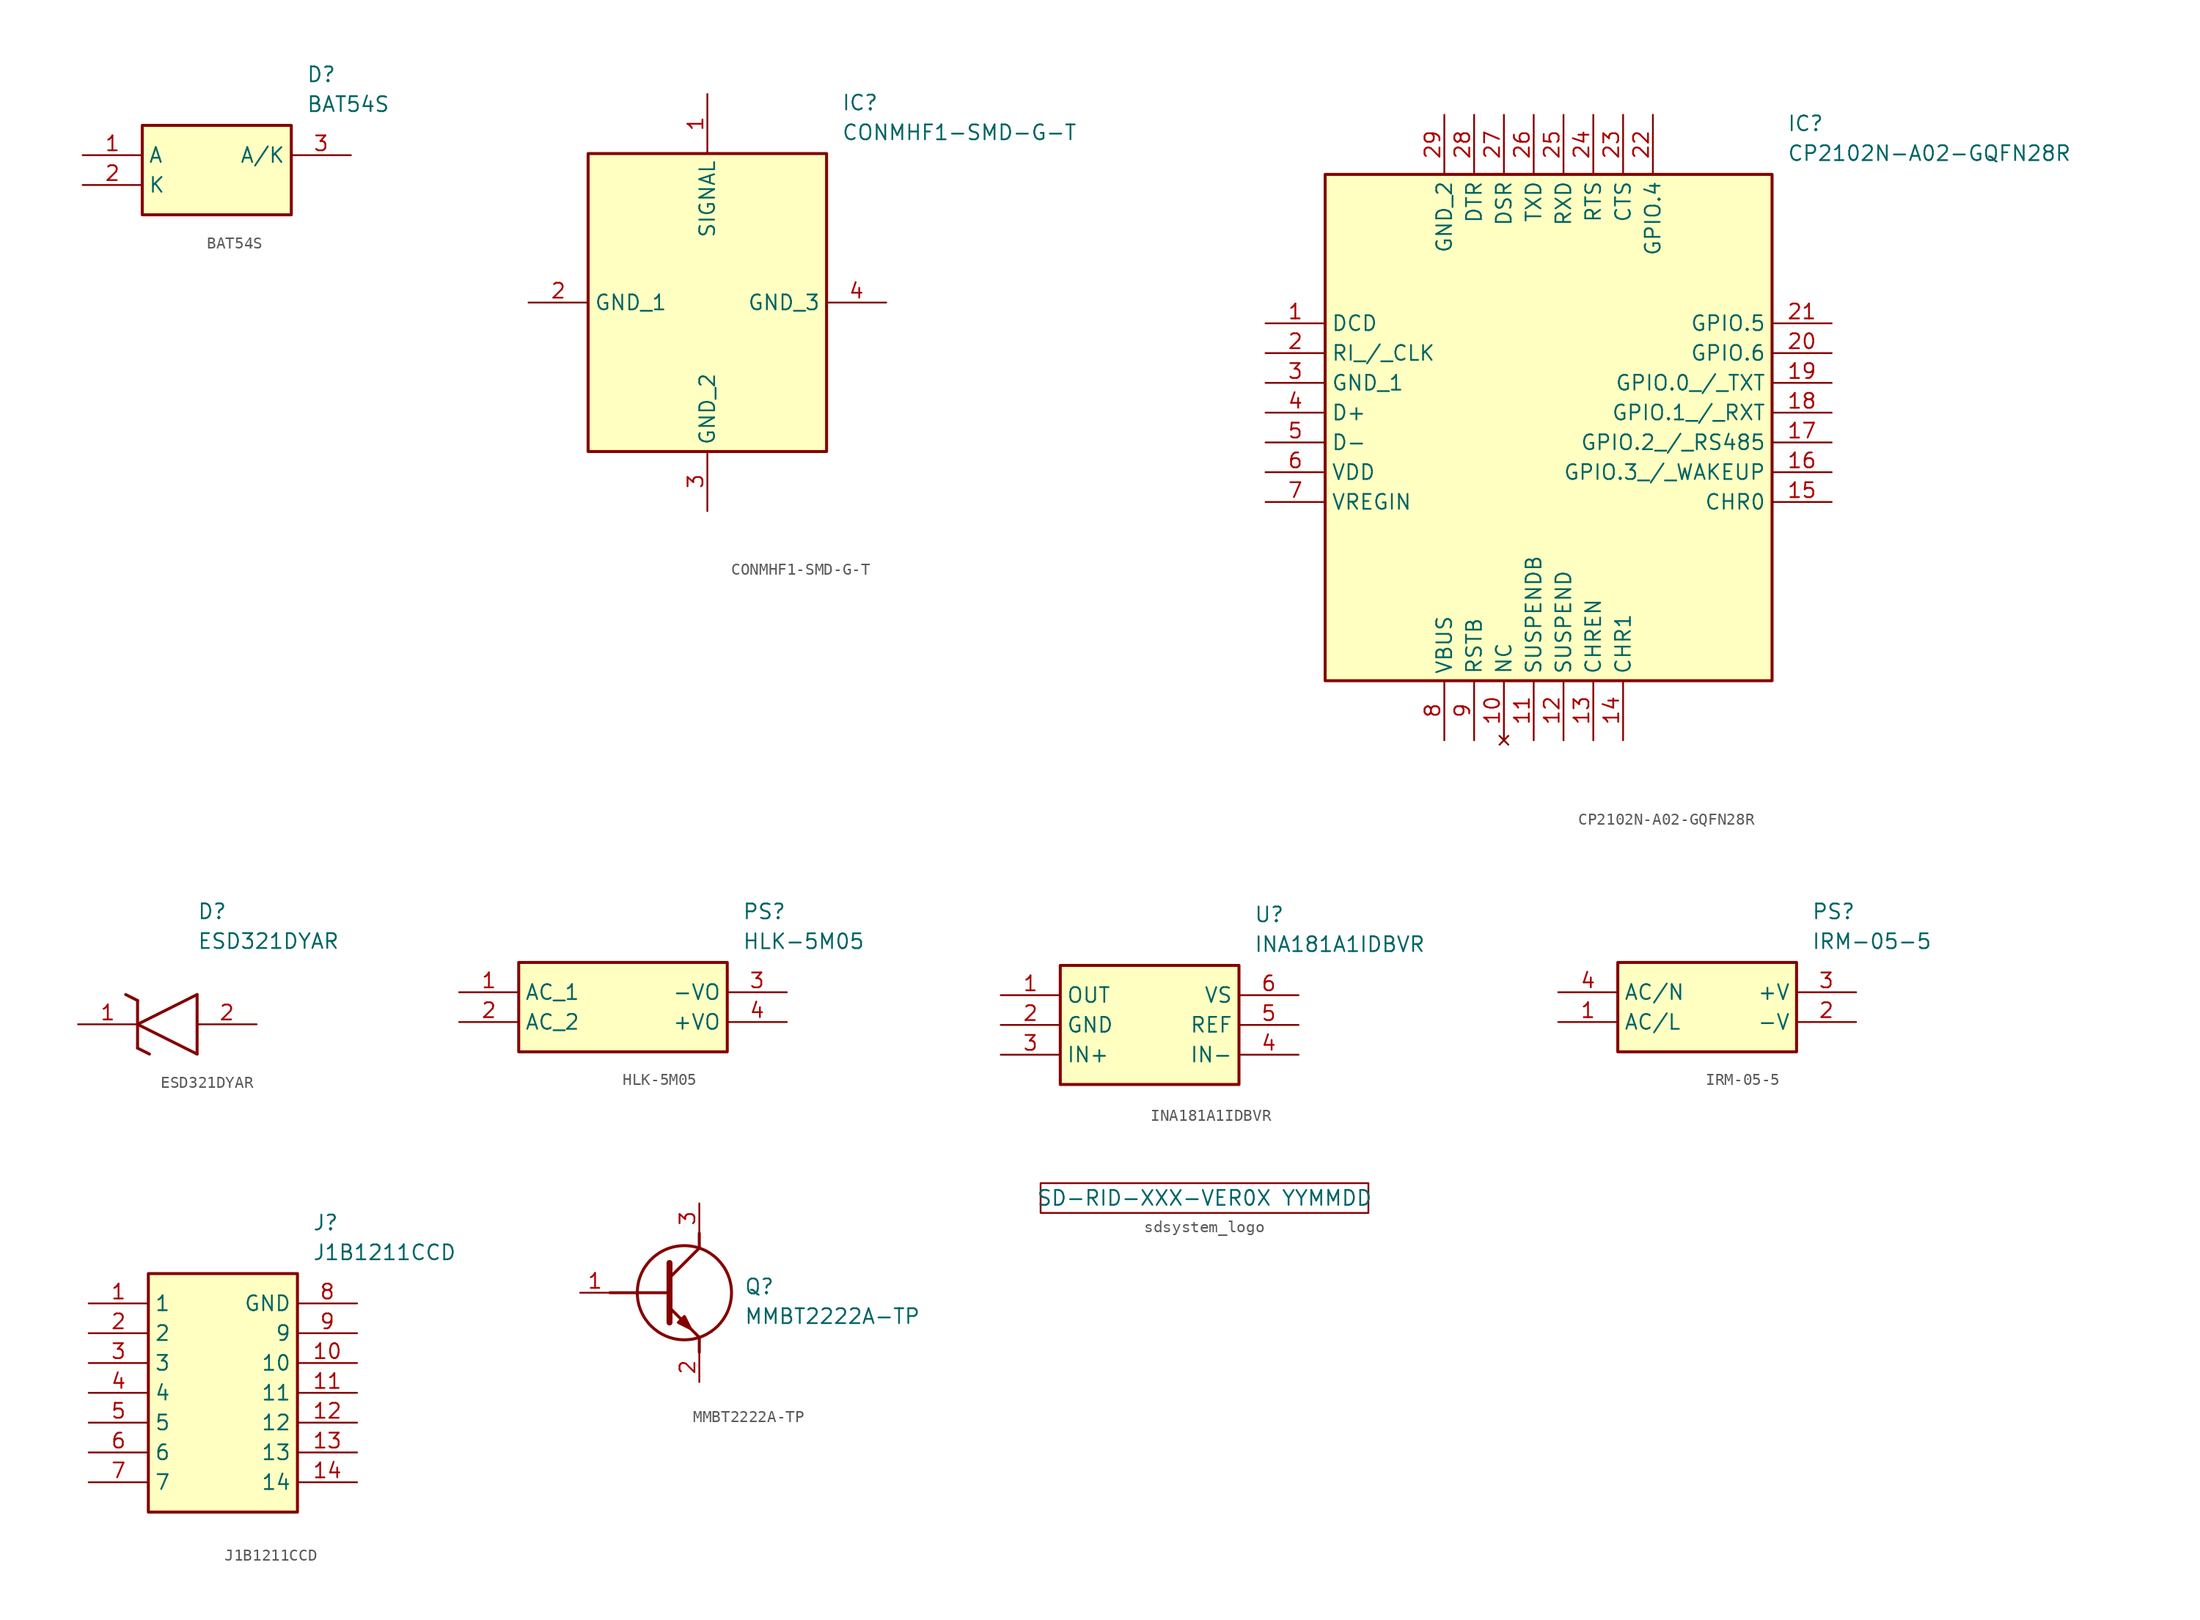
<source format=kicad_sym>
(kicad_symbol_lib
  (version 20241209)
  (generator "kicad_symbol_editor")
  (generator_version "9.0")
  (symbol "BAT54S"
    (property "Reference" "D"
      (at 19.05 7.62 0)
      (effects (font (size 1.27 1.27)) (justify left top)))
    (property "Value" "BAT54S"
      (at 19.05 5.08 0)
      (effects (font (size 1.27 1.27)) (justify left top)))
    (symbol "BAT54S_1_1"
      (rectangle (start 5.08 2.54) (end 17.78 -5.08) (stroke (width 0.254) (type default)) (fill (type background)))
      (pin passive line (at 0 0 0) (length 5.08) (name "A" (effects (font (size 1.27 1.27)))) (number "1" (effects (font (size 1.27 1.27)))))
      (pin passive line (at 0 -2.54 0) (length 5.08) (name "K" (effects (font (size 1.27 1.27)))) (number "2" (effects (font (size 1.27 1.27)))))
      (pin passive line (at 22.86 0 180) (length 5.08) (name "A/K" (effects (font (size 1.27 1.27)))) (number "3" (effects (font (size 1.27 1.27)))))))
  (symbol "CONMHF1-SMD-G-T"
    (property "Reference" "IC"
      (at 26.67 17.78 0)
      (effects (font (size 1.27 1.27)) (justify left top)))
    (property "Value" "CONMHF1-SMD-G-T"
      (at 26.67 15.24 0)
      (effects (font (size 1.27 1.27)) (justify left top)))
    (symbol "CONMHF1-SMD-G-T_1_1"
      (rectangle (start 5.08 12.7) (end 25.4 -12.7) (stroke (width 0.254) (type default)) (fill (type background)))
      (pin passive line (at 0 0 0) (length 5.08) (name "GND_1" (effects (font (size 1.27 1.27)))) (number "2" (effects (font (size 1.27 1.27)))))
      (pin passive line (at 15.24 17.78 270) (length 5.08) (name "SIGNAL" (effects (font (size 1.27 1.27)))) (number "1" (effects (font (size 1.27 1.27)))))
      (pin passive line (at 15.24 -17.78 90) (length 5.08) (name "GND_2" (effects (font (size 1.27 1.27)))) (number "3" (effects (font (size 1.27 1.27)))))
      (pin passive line (at 30.48 0 180) (length 5.08) (name "GND_3" (effects (font (size 1.27 1.27)))) (number "4" (effects (font (size 1.27 1.27)))))))
  (symbol "CP2102N-A02-GQFN28R"
    (property "Reference" "IC"
      (at 44.45 17.78 0)
      (effects (font (size 1.27 1.27)) (justify left top)))
    (property "Value" "CP2102N-A02-GQFN28R"
      (at 44.45 15.24 0)
      (effects (font (size 1.27 1.27)) (justify left top)))
    (symbol "CP2102N-A02-GQFN28R_1_1"
      (rectangle (start 5.08 12.7) (end 43.18 -30.48) (stroke (width 0.254) (type default)) (fill (type background)))
      (pin passive line (at 0 0 0) (length 5.08) (name "DCD" (effects (font (size 1.27 1.27)))) (number "1" (effects (font (size 1.27 1.27)))))
      (pin passive line (at 0 -2.54 0) (length 5.08) (name "RI_/_CLK" (effects (font (size 1.27 1.27)))) (number "2" (effects (font (size 1.27 1.27)))))
      (pin passive line (at 0 -5.08 0) (length 5.08) (name "GND_1" (effects (font (size 1.27 1.27)))) (number "3" (effects (font (size 1.27 1.27)))))
      (pin passive line (at 0 -7.62 0) (length 5.08) (name "D+" (effects (font (size 1.27 1.27)))) (number "4" (effects (font (size 1.27 1.27)))))
      (pin passive line (at 0 -10.16 0) (length 5.08) (name "D-" (effects (font (size 1.27 1.27)))) (number "5" (effects (font (size 1.27 1.27)))))
      (pin passive line (at 0 -12.7 0) (length 5.08) (name "VDD" (effects (font (size 1.27 1.27)))) (number "6" (effects (font (size 1.27 1.27)))))
      (pin passive line (at 0 -15.24 0) (length 5.08) (name "VREGIN" (effects (font (size 1.27 1.27)))) (number "7" (effects (font (size 1.27 1.27)))))
      (pin passive line (at 15.24 17.78 270) (length 5.08) (name "GND_2" (effects (font (size 1.27 1.27)))) (number "29" (effects (font (size 1.27 1.27)))))
      (pin passive line (at 15.24 -35.56 90) (length 5.08) (name "VBUS" (effects (font (size 1.27 1.27)))) (number "8" (effects (font (size 1.27 1.27)))))
      (pin passive line (at 17.78 17.78 270) (length 5.08) (name "DTR" (effects (font (size 1.27 1.27)))) (number "28" (effects (font (size 1.27 1.27)))))
      (pin passive line (at 17.78 -35.56 90) (length 5.08) (name "RSTB" (effects (font (size 1.27 1.27)))) (number "9" (effects (font (size 1.27 1.27)))))
      (pin passive line (at 20.32 17.78 270) (length 5.08) (name "DSR" (effects (font (size 1.27 1.27)))) (number "27" (effects (font (size 1.27 1.27)))))
      (pin no_connect line (at 20.32 -35.56 90) (length 5.08) (name "NC" (effects (font (size 1.27 1.27)))) (number "10" (effects (font (size 1.27 1.27)))))
      (pin passive line (at 22.86 17.78 270) (length 5.08) (name "TXD" (effects (font (size 1.27 1.27)))) (number "26" (effects (font (size 1.27 1.27)))))
      (pin passive line (at 22.86 -35.56 90) (length 5.08) (name "SUSPENDB" (effects (font (size 1.27 1.27)))) (number "11" (effects (font (size 1.27 1.27)))))
      (pin passive line (at 25.4 17.78 270) (length 5.08) (name "RXD" (effects (font (size 1.27 1.27)))) (number "25" (effects (font (size 1.27 1.27)))))
      (pin passive line (at 25.4 -35.56 90) (length 5.08) (name "SUSPEND" (effects (font (size 1.27 1.27)))) (number "12" (effects (font (size 1.27 1.27)))))
      (pin passive line (at 27.94 17.78 270) (length 5.08) (name "RTS" (effects (font (size 1.27 1.27)))) (number "24" (effects (font (size 1.27 1.27)))))
      (pin passive line (at 27.94 -35.56 90) (length 5.08) (name "CHREN" (effects (font (size 1.27 1.27)))) (number "13" (effects (font (size 1.27 1.27)))))
      (pin passive line (at 30.48 17.78 270) (length 5.08) (name "CTS" (effects (font (size 1.27 1.27)))) (number "23" (effects (font (size 1.27 1.27)))))
      (pin passive line (at 30.48 -35.56 90) (length 5.08) (name "CHR1" (effects (font (size 1.27 1.27)))) (number "14" (effects (font (size 1.27 1.27)))))
      (pin passive line (at 33.02 17.78 270) (length 5.08) (name "GPIO.4" (effects (font (size 1.27 1.27)))) (number "22" (effects (font (size 1.27 1.27)))))
      (pin passive line (at 48.26 0 180) (length 5.08) (name "GPIO.5" (effects (font (size 1.27 1.27)))) (number "21" (effects (font (size 1.27 1.27)))))
      (pin passive line (at 48.26 -2.54 180) (length 5.08) (name "GPIO.6" (effects (font (size 1.27 1.27)))) (number "20" (effects (font (size 1.27 1.27)))))
      (pin passive line (at 48.26 -5.08 180) (length 5.08) (name "GPIO.0_/_TXT" (effects (font (size 1.27 1.27)))) (number "19" (effects (font (size 1.27 1.27)))))
      (pin passive line (at 48.26 -7.62 180) (length 5.08) (name "GPIO.1_/_RXT" (effects (font (size 1.27 1.27)))) (number "18" (effects (font (size 1.27 1.27)))))
      (pin passive line (at 48.26 -10.16 180) (length 5.08) (name "GPIO.2_/_RS485" (effects (font (size 1.27 1.27)))) (number "17" (effects (font (size 1.27 1.27)))))
      (pin passive line (at 48.26 -12.7 180) (length 5.08) (name "GPIO.3_/_WAKEUP" (effects (font (size 1.27 1.27)))) (number "16" (effects (font (size 1.27 1.27)))))
      (pin passive line (at 48.26 -15.24 180) (length 5.08) (name "CHR0" (effects (font (size 1.27 1.27)))) (number "15" (effects (font (size 1.27 1.27)))))))
  (symbol "ESD321DYAR"
    (pin_names
      (hide yes))
    (property "Reference" "D"
      (at 10.16 8.89 0)
      (effects (font (size 1.27 1.27)) (justify left bottom)))
    (property "Value" "ESD321DYAR"
      (at 10.16 6.35 0)
      (effects (font (size 1.27 1.27)) (justify left bottom)))
    (symbol "ESD321DYAR_1_1"
      (polyline (pts (xy 4.064 2.54) (xy 5.08 2.032)) (stroke (width 0.254) (type default)) (fill (type none)))
      (polyline (pts (xy 5.08 0) (xy 10.16 2.54)) (stroke (width 0.254) (type default)) (fill (type none)))
      (polyline (pts (xy 5.08 -2.032) (xy 5.08 2.032)) (stroke (width 0.254) (type default)) (fill (type none)))
      (polyline (pts (xy 5.08 -2.032) (xy 6.096 -2.54)) (stroke (width 0.254) (type default)) (fill (type none)))
      (polyline (pts (xy 10.16 -2.54) (xy 5.08 0)) (stroke (width 0.254) (type default)) (fill (type none)))
      (polyline (pts (xy 10.16 -2.54) (xy 10.16 2.54)) (stroke (width 0.254) (type default)) (fill (type none)))
      (pin passive line (at 0 0 0) (length 5.08) (name "K" (effects (font (size 1.27 1.27)))) (number "1" (effects (font (size 1.27 1.27)))))
      (pin passive line (at 15.24 0 180) (length 5.08) (name "A" (effects (font (size 1.27 1.27)))) (number "2" (effects (font (size 1.27 1.27)))))))
  (symbol "HLK-5M05"
    (property "Reference" "PS"
      (at 24.13 7.62 0)
      (effects (font (size 1.27 1.27)) (justify left top)))
    (property "Value" "HLK-5M05"
      (at 24.13 5.08 0)
      (effects (font (size 1.27 1.27)) (justify left top)))
    (symbol "HLK-5M05_1_1"
      (rectangle (start 5.08 2.54) (end 22.86 -5.08) (stroke (width 0.254) (type default)) (fill (type background)))
      (pin passive line (at 0 0 0) (length 5.08) (name "AC_1" (effects (font (size 1.27 1.27)))) (number "1" (effects (font (size 1.27 1.27)))))
      (pin passive line (at 0 -2.54 0) (length 5.08) (name "AC_2" (effects (font (size 1.27 1.27)))) (number "2" (effects (font (size 1.27 1.27)))))
      (pin passive line (at 27.94 0 180) (length 5.08) (name "-VO" (effects (font (size 1.27 1.27)))) (number "3" (effects (font (size 1.27 1.27)))))
      (pin passive line (at 27.94 -2.54 180) (length 5.08) (name "+VO" (effects (font (size 1.27 1.27)))) (number "4" (effects (font (size 1.27 1.27)))))))
  (symbol "INA181A1IDBVR"
    (property "Reference" "U"
      (at 21.59 7.62 0)
      (effects (font (size 1.27 1.27)) (justify left top)))
    (property "Value" "INA181A1IDBVR"
      (at 21.59 5.08 0)
      (effects (font (size 1.27 1.27)) (justify left top)))
    (symbol "INA181A1IDBVR_1_1"
      (rectangle (start 5.08 2.54) (end 20.32 -7.62) (stroke (width 0.254) (type default)) (fill (type background)))
      (pin output line (at 0 0 0) (length 5.08) (name "OUT" (effects (font (size 1.27 1.27)))) (number "1" (effects (font (size 1.27 1.27)))))
      (pin power_in line (at 0 -2.54 0) (length 5.08) (name "GND" (effects (font (size 1.27 1.27)))) (number "2" (effects (font (size 1.27 1.27)))))
      (pin input line (at 0 -5.08 0) (length 5.08) (name "IN+" (effects (font (size 1.27 1.27)))) (number "3" (effects (font (size 1.27 1.27)))))
      (pin power_in line (at 25.4 0 180) (length 5.08) (name "VS" (effects (font (size 1.27 1.27)))) (number "6" (effects (font (size 1.27 1.27)))))
      (pin input line (at 25.4 -2.54 180) (length 5.08) (name "REF" (effects (font (size 1.27 1.27)))) (number "5" (effects (font (size 1.27 1.27)))))
      (pin input line (at 25.4 -5.08 180) (length 5.08) (name "IN-" (effects (font (size 1.27 1.27)))) (number "4" (effects (font (size 1.27 1.27)))))))
  (symbol "IRM-05-5"
    (property "Reference" "PS"
      (at 21.59 7.62 0)
      (effects (font (size 1.27 1.27)) (justify left top)))
    (property "Value" "IRM-05-5"
      (at 21.59 5.08 0)
      (effects (font (size 1.27 1.27)) (justify left top)))
    (symbol "IRM-05-5_1_1"
      (rectangle (start 5.08 2.54) (end 20.32 -5.08) (stroke (width 0.254) (type default)) (fill (type background)))
      (pin passive line (at 0 0 0) (length 5.08) (name "AC/N" (effects (font (size 1.27 1.27)))) (number "4" (effects (font (size 1.27 1.27)))))
      (pin passive line (at 0 -2.54 0) (length 5.08) (name "AC/L" (effects (font (size 1.27 1.27)))) (number "1" (effects (font (size 1.27 1.27)))))
      (pin passive line (at 25.4 0 180) (length 5.08) (name "+V" (effects (font (size 1.27 1.27)))) (number "3" (effects (font (size 1.27 1.27)))))
      (pin passive line (at 25.4 -2.54 180) (length 5.08) (name "-V" (effects (font (size 1.27 1.27)))) (number "2" (effects (font (size 1.27 1.27)))))))
  (symbol "J1B1211CCD"
    (property "Reference" "J"
      (at 19.05 7.62 0)
      (effects (font (size 1.27 1.27)) (justify left top)))
    (property "Value" "J1B1211CCD"
      (at 19.05 5.08 0)
      (effects (font (size 1.27 1.27)) (justify left top)))
    (symbol "J1B1211CCD_1_1"
      (rectangle (start 5.08 2.54) (end 17.78 -17.78) (stroke (width 0.254) (type default)) (fill (type background)))
      (pin passive line (at 0 0 0) (length 5.08) (name "1" (effects (font (size 1.27 1.27)))) (number "1" (effects (font (size 1.27 1.27)))))
      (pin passive line (at 0 -2.54 0) (length 5.08) (name "2" (effects (font (size 1.27 1.27)))) (number "2" (effects (font (size 1.27 1.27)))))
      (pin passive line (at 0 -5.08 0) (length 5.08) (name "3" (effects (font (size 1.27 1.27)))) (number "3" (effects (font (size 1.27 1.27)))))
      (pin passive line (at 0 -7.62 0) (length 5.08) (name "4" (effects (font (size 1.27 1.27)))) (number "4" (effects (font (size 1.27 1.27)))))
      (pin passive line (at 0 -10.16 0) (length 5.08) (name "5" (effects (font (size 1.27 1.27)))) (number "5" (effects (font (size 1.27 1.27)))))
      (pin passive line (at 0 -12.7 0) (length 5.08) (name "6" (effects (font (size 1.27 1.27)))) (number "6" (effects (font (size 1.27 1.27)))))
      (pin passive line (at 0 -15.24 0) (length 5.08) (name "7" (effects (font (size 1.27 1.27)))) (number "7" (effects (font (size 1.27 1.27)))))
      (pin passive line (at 22.86 0 180) (length 5.08) (name "GND" (effects (font (size 1.27 1.27)))) (number "8" (effects (font (size 1.27 1.27)))))
      (pin passive line (at 22.86 -2.54 180) (length 5.08) (name "9" (effects (font (size 1.27 1.27)))) (number "9" (effects (font (size 1.27 1.27)))))
      (pin passive line (at 22.86 -5.08 180) (length 5.08) (name "10" (effects (font (size 1.27 1.27)))) (number "10" (effects (font (size 1.27 1.27)))))
      (pin passive line (at 22.86 -7.62 180) (length 5.08) (name "11" (effects (font (size 1.27 1.27)))) (number "11" (effects (font (size 1.27 1.27)))))
      (pin passive line (at 22.86 -10.16 180) (length 5.08) (name "12" (effects (font (size 1.27 1.27)))) (number "12" (effects (font (size 1.27 1.27)))))
      (pin passive line (at 22.86 -12.7 180) (length 5.08) (name "13" (effects (font (size 1.27 1.27)))) (number "13" (effects (font (size 1.27 1.27)))))
      (pin passive line (at 22.86 -15.24 180) (length 5.08) (name "14" (effects (font (size 1.27 1.27)))) (number "14" (effects (font (size 1.27 1.27)))))))
  (symbol "MMBT2222A-TP"
    (pin_names
      (hide yes))
    (property "Reference" "Q"
      (at 13.97 1.27 0)
      (effects (font (size 1.27 1.27)) (justify left top)))
    (property "Value" "MMBT2222A-TP"
      (at 13.97 -1.27 0)
      (effects (font (size 1.27 1.27)) (justify left top)))
    (symbol "MMBT2222A-TP_1_1"
      (polyline (pts (xy 2.54 0) (xy 7.62 0)) (stroke (width 0.254) (type default)) (fill (type none)))
      (polyline (pts (xy 7.62 2.54) (xy 7.62 -2.54)) (stroke (width 0.508) (type default)) (fill (type none)))
      (polyline (pts (xy 7.62 1.27) (xy 10.16 3.81)) (stroke (width 0.254) (type default)) (fill (type none)))
      (polyline (pts (xy 7.62 -1.27) (xy 10.16 -3.81)) (stroke (width 0.254) (type default)) (fill (type none)))
      (polyline (pts (xy 8.382 -2.54) (xy 8.89 -2.032) (xy 9.398 -3.048) (xy 8.382 -2.54)) (stroke (width 0.254) (type default)) (fill (type outline)))
      (circle (center 8.89 0) (radius 4.016) (stroke (width 0.254) (type default)) (fill (type none)))
      (polyline (pts (xy 10.16 3.81) (xy 10.16 5.08)) (stroke (width 0.254) (type default)) (fill (type none)))
      (polyline (pts (xy 10.16 -3.81) (xy 10.16 -5.08)) (stroke (width 0.254) (type default)) (fill (type none)))
      (pin passive line (at 0 0 0) (length 2.54) (name "B" (effects (font (size 1.27 1.27)))) (number "1" (effects (font (size 1.27 1.27)))))
      (pin passive line (at 10.16 7.62 270) (length 2.54) (name "C" (effects (font (size 1.27 1.27)))) (number "3" (effects (font (size 1.27 1.27)))))
      (pin passive line (at 10.16 -7.62 90) (length 2.54) (name "E" (effects (font (size 1.27 1.27)))) (number "2" (effects (font (size 1.27 1.27)))))))
  (symbol "sdsystem_logo"
    (pin_numbers
      (hide yes))
    (pin_names
      (offset 0)
      (hide yes))
    (property "Reference" "#G"
      (at 0 3.937 0)
      (effects (font (size 1.27 1.27)) (hide yes)))
    (property "Value" "SD-RID-XXX-VER0X YYMMDD"
      (at 0 0 0)
      (effects (font (size 1.27 1.27))))
    (symbol "sdsystem_logo_0_1"
      (rectangle (start -13.97 1.27) (end 13.97 -1.27) (stroke (width 0) (type default)) (fill (type none))))))
</source>
